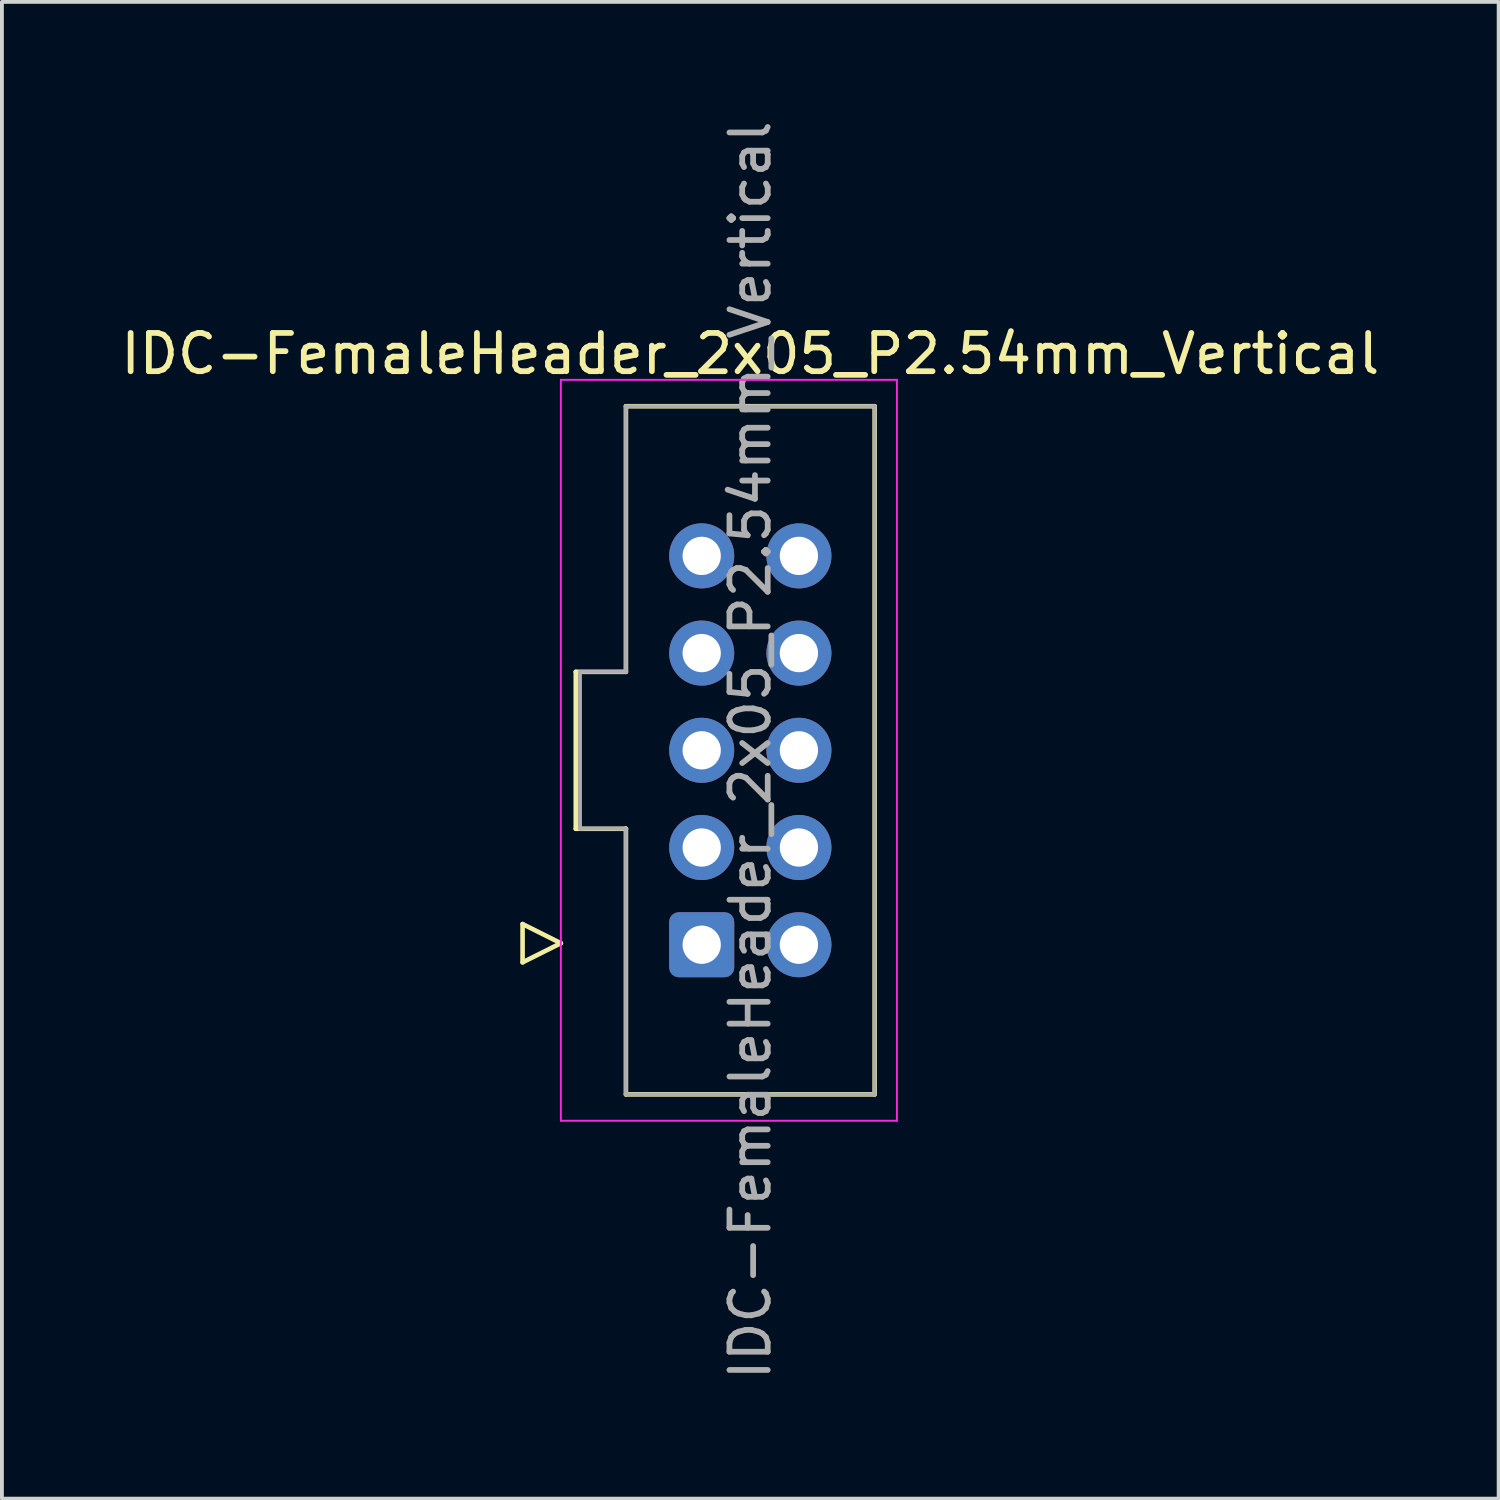
<source format=kicad_pcb>
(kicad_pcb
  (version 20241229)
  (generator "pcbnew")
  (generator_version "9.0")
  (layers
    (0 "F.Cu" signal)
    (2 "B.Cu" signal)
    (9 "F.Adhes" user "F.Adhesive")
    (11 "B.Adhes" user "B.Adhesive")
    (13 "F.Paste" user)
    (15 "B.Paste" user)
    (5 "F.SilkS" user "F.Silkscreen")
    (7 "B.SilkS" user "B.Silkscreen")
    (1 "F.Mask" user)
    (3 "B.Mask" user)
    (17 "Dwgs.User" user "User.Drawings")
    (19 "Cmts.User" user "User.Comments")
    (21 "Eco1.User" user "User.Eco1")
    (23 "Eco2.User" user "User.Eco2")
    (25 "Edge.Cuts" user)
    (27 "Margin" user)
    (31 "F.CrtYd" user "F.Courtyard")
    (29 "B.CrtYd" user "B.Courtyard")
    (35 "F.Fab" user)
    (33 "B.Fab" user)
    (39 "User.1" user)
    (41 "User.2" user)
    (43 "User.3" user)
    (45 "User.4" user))
  (footprint "IDC-FemaleHeader_2x05_P2.54mm_Vertical"
    (layer "F.Cu")
    (at 15.284 21.634)
    (property "Reference" "IDC-FemaleHeader_2x05_P2.54mm_Vertical" (at 1.27 -15.44 0) (layer "F.SilkS") (effects (font (size 1 1) (thickness 0.15))))
    (attr through_hole)
    (fp_line (start -4.68 -0.54) (end -4.68 0.46) (stroke (width 0.12) (type solid)) (layer "F.SilkS"))
    (fp_line (start -4.68 0.46) (end -3.68 -0.04) (stroke (width 0.12) (type solid)) (layer "F.SilkS"))
    (fp_line (start -3.68 -0.04) (end -4.68 -0.54) (stroke (width 0.12) (type solid)) (layer "F.SilkS"))
    (fp_line (start -3.29 -7.13) (end -1.98 -7.13) (stroke (width 0.12) (type solid)) (layer "F.SilkS"))
    (fp_line (start -3.29 -3.03) (end -3.29 -7.13) (stroke (width 0.12) (type solid)) (layer "F.SilkS"))
    (fp_line (start -1.98 -14.07) (end 4.52 -14.07) (stroke (width 0.12) (type solid)) (layer "F.SilkS"))
    (fp_line (start -1.98 -7.13) (end -1.98 -14.07) (stroke (width 0.12) (type solid)) (layer "F.SilkS"))
    (fp_line (start -1.98 -3.03) (end -3.29 -3.03) (stroke (width 0.12) (type solid)) (layer "F.SilkS"))
    (fp_line (start -1.98 -3.03) (end -1.98 -3.03) (stroke (width 0.12) (type solid)) (layer "F.SilkS"))
    (fp_line (start -1.98 3.91) (end -1.98 -3.03) (stroke (width 0.12) (type solid)) (layer "F.SilkS"))
    (fp_line (start 4.52 -14.07) (end 4.52 3.91) (stroke (width 0.12) (type solid)) (layer "F.SilkS"))
    (fp_line (start 4.52 3.91) (end -1.98 3.91) (stroke (width 0.12) (type solid)) (layer "F.SilkS"))
    (fp_line (start -3.68 -14.76) (end -3.68 4.6) (stroke (width 0.05) (type solid)) (layer "F.CrtYd"))
    (fp_line (start -3.68 4.6) (end 5.1 4.6) (stroke (width 0.05) (type solid)) (layer "F.CrtYd"))
    (fp_line (start 5.1 -14.76) (end -3.68 -14.76) (stroke (width 0.05) (type solid)) (layer "F.CrtYd"))
    (fp_line (start 5.1 4.6) (end 5.1 -14.76) (stroke (width 0.05) (type solid)) (layer "F.CrtYd"))
    (fp_line (start -3.18 -7.13) (end -1.98 -7.13) (stroke (width 0.1) (type solid)) (layer "F.Fab"))
    (fp_line (start -3.18 -3.03) (end -3.18 -7.13) (stroke (width 0.1) (type solid)) (layer "F.Fab"))
    (fp_line (start -1.98 -14.07) (end 4.52 -14.07) (stroke (width 0.1) (type solid)) (layer "F.Fab"))
    (fp_line (start -1.98 -7.13) (end -1.98 -14.07) (stroke (width 0.1) (type solid)) (layer "F.Fab"))
    (fp_line (start -1.98 -3.03) (end -3.18 -3.03) (stroke (width 0.1) (type solid)) (layer "F.Fab"))
    (fp_line (start -1.98 -3.03) (end -1.98 -3.03) (stroke (width 0.1) (type solid)) (layer "F.Fab"))
    (fp_line (start -1.98 3.91) (end -1.98 -3.03) (stroke (width 0.1) (type solid)) (layer "F.Fab"))
    (fp_line (start 4.52 -14.07) (end 4.52 3.91) (stroke (width 0.1) (type solid)) (layer "F.Fab"))
    (fp_line (start 4.52 3.91) (end -1.98 3.91) (stroke (width 0.1) (type solid)) (layer "F.Fab"))
    (fp_text user "${REFERENCE}" (at 1.27 -5.08 90) (layer "F.Fab") (effects (font (size 1 1) (thickness 0.15))))
    (pad "1" thru_hole roundrect (at 0 0) (size 1.7 1.7) (drill 1) (layers "*.Cu" "*.Mask") (roundrect_rratio 0.147))
    (pad "2" thru_hole circle (at 2.54 0) (size 1.7 1.7) (drill 1) (layers "*.Cu" "*.Mask"))
    (pad "3" thru_hole circle (at 0 -2.54) (size 1.7 1.7) (drill 1) (layers "*.Cu" "*.Mask"))
    (pad "4" thru_hole circle (at 2.54 -2.54) (size 1.7 1.7) (drill 1) (layers "*.Cu" "*.Mask"))
    (pad "5" thru_hole circle (at 0 -5.08) (size 1.7 1.7) (drill 1) (layers "*.Cu" "*.Mask"))
    (pad "6" thru_hole circle (at 2.54 -5.08) (size 1.7 1.7) (drill 1) (layers "*.Cu" "*.Mask"))
    (pad "7" thru_hole circle (at 0 -7.62) (size 1.7 1.7) (drill 1) (layers "*.Cu" "*.Mask"))
    (pad "8" thru_hole circle (at 2.54 -7.62) (size 1.7 1.7) (drill 1) (layers "*.Cu" "*.Mask"))
    (pad "9" thru_hole circle (at 0 -10.16) (size 1.7 1.7) (drill 1) (layers "*.Cu" "*.Mask"))
    (pad "10" thru_hole circle (at 2.54 -10.16) (size 1.7 1.7) (drill 1) (layers "*.Cu" "*.Mask")))
  (gr_rect
    (start -3 -3)
    (end 36.107 36.107)
    (stroke (width 0.1) (type default))
    (fill no)
    (layer "Edge.Cuts")))
</source>
